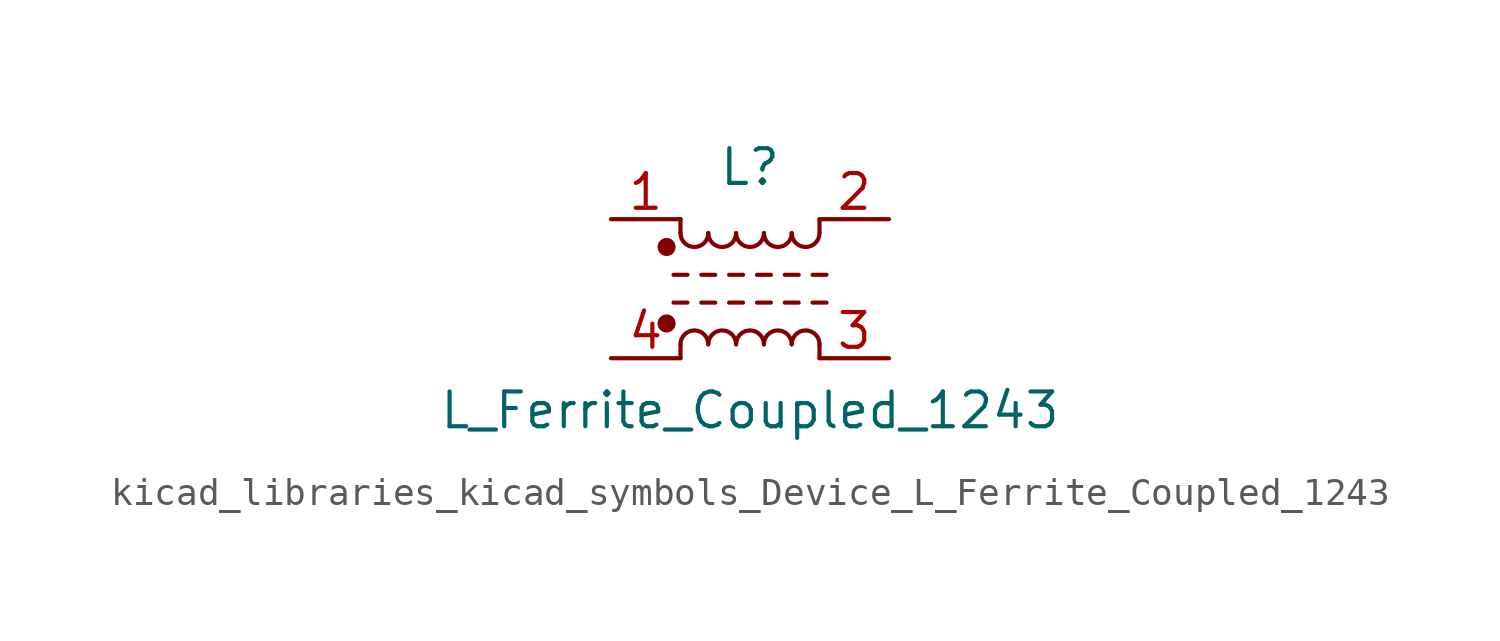
<source format=kicad_sym>
(kicad_symbol_lib
  (version 20220914)
  (generator kicad_symbol_editor)
  (symbol "kicad_libraries_kicad_symbols_Device_L_Ferrite_Coupled_1243"
    (pin_names
      (offset 0.254) hide)
    (property "Reference" "L"
      (at 0 4.445 0)
      (effects (font (size 1.27 1.27))))
    (property "Value" "L_Ferrite_Coupled_1243"
      (at 0 -4.445 0)
      (effects (font (size 1.27 1.27))))
    (symbol "kicad_libraries_kicad_symbols_Device_L_Ferrite_Coupled_1243_0_1"
      (circle (center -3.048 -1.27) (radius 0.254) (stroke (width 0) (type default)) (fill (type outline)))
      (circle (center -3.048 1.524) (radius 0.254) (stroke (width 0) (type default)) (fill (type outline)))
      (arc (start -2.54 2.032) (mid -2.032 1.5262) (end -1.524 2.032) (stroke (width 0) (type default)) (fill (type none)))
      (arc (start -1.524 -2.032) (mid -2.032 -1.5262) (end -2.54 -2.032) (stroke (width 0) (type default)) (fill (type none)))
      (arc (start -1.524 2.032) (mid -1.016 1.5262) (end -0.508 2.032) (stroke (width 0) (type default)) (fill (type none)))
      (arc (start -0.508 -2.032) (mid -1.016 -1.5262) (end -1.524 -2.032) (stroke (width 0) (type default)) (fill (type none)))
      (arc (start -0.508 2.032) (mid 0 1.5262) (end 0.508 2.032) (stroke (width 0) (type default)) (fill (type none)))
      (polyline (pts (xy -2.794 -0.508) (xy -2.286 -0.508)) (stroke (width 0) (type default)) (fill (type none)))
      (polyline (pts (xy -2.794 0.508) (xy -2.286 0.508)) (stroke (width 0) (type default)) (fill (type none)))
      (polyline (pts (xy -2.54 -2.032) (xy -2.54 -2.54)) (stroke (width 0) (type default)) (fill (type none)))
      (polyline (pts (xy -2.54 2.032) (xy -2.54 2.54)) (stroke (width 0) (type default)) (fill (type none)))
      (polyline (pts (xy -1.778 -0.508) (xy -1.27 -0.508)) (stroke (width 0) (type default)) (fill (type none)))
      (polyline (pts (xy -1.778 0.508) (xy -1.27 0.508)) (stroke (width 0) (type default)) (fill (type none)))
      (polyline (pts (xy -0.762 -0.508) (xy -0.254 -0.508)) (stroke (width 0) (type default)) (fill (type none)))
      (polyline (pts (xy -0.762 0.508) (xy -0.254 0.508)) (stroke (width 0) (type default)) (fill (type none)))
      (polyline (pts (xy 0.254 -0.508) (xy 0.762 -0.508)) (stroke (width 0) (type default)) (fill (type none)))
      (polyline (pts (xy 0.254 0.508) (xy 0.762 0.508)) (stroke (width 0) (type default)) (fill (type none)))
      (polyline (pts (xy 1.27 -0.508) (xy 1.778 -0.508)) (stroke (width 0) (type default)) (fill (type none)))
      (polyline (pts (xy 1.27 0.508) (xy 1.778 0.508)) (stroke (width 0) (type default)) (fill (type none)))
      (polyline (pts (xy 2.286 -0.508) (xy 2.794 -0.508)) (stroke (width 0) (type default)) (fill (type none)))
      (polyline (pts (xy 2.286 0.508) (xy 2.794 0.508)) (stroke (width 0) (type default)) (fill (type none)))
      (polyline (pts (xy 2.54 -2.032) (xy 2.54 -2.54)) (stroke (width 0) (type default)) (fill (type none)))
      (polyline (pts (xy 2.54 2.54) (xy 2.54 2.032)) (stroke (width 0) (type default)) (fill (type none)))
      (arc (start 0.508 -2.032) (mid 0 -1.5262) (end -0.508 -2.032) (stroke (width 0) (type default)) (fill (type none)))
      (arc (start 0.508 2.032) (mid 1.016 1.5262) (end 1.524 2.032) (stroke (width 0) (type default)) (fill (type none)))
      (arc (start 1.524 -2.032) (mid 1.016 -1.5262) (end 0.508 -2.032) (stroke (width 0) (type default)) (fill (type none)))
      (arc (start 1.524 2.032) (mid 2.032 1.5262) (end 2.54 2.032) (stroke (width 0) (type default)) (fill (type none)))
      (arc (start 2.54 -2.032) (mid 2.032 -1.5262) (end 1.524 -2.032) (stroke (width 0) (type default)) (fill (type none))))
    (symbol "kicad_libraries_kicad_symbols_Device_L_Ferrite_Coupled_1243_1_1"
      (pin passive line (at -5.08 2.54 0) (length 2.54) (name "1" (effects (font (size 1.27 1.27)))) (number "1" (effects (font (size 1.27 1.27)))))
      (pin passive line (at 5.08 2.54 180) (length 2.54) (name "2" (effects (font (size 1.27 1.27)))) (number "2" (effects (font (size 1.27 1.27)))))
      (pin passive line (at 5.08 -2.54 180) (length 2.54) (name "3" (effects (font (size 1.27 1.27)))) (number "3" (effects (font (size 1.27 1.27)))))
      (pin passive line (at -5.08 -2.54 0) (length 2.54) (name "4" (effects (font (size 1.27 1.27)))) (number "4" (effects (font (size 1.27 1.27))))))))
</source>
